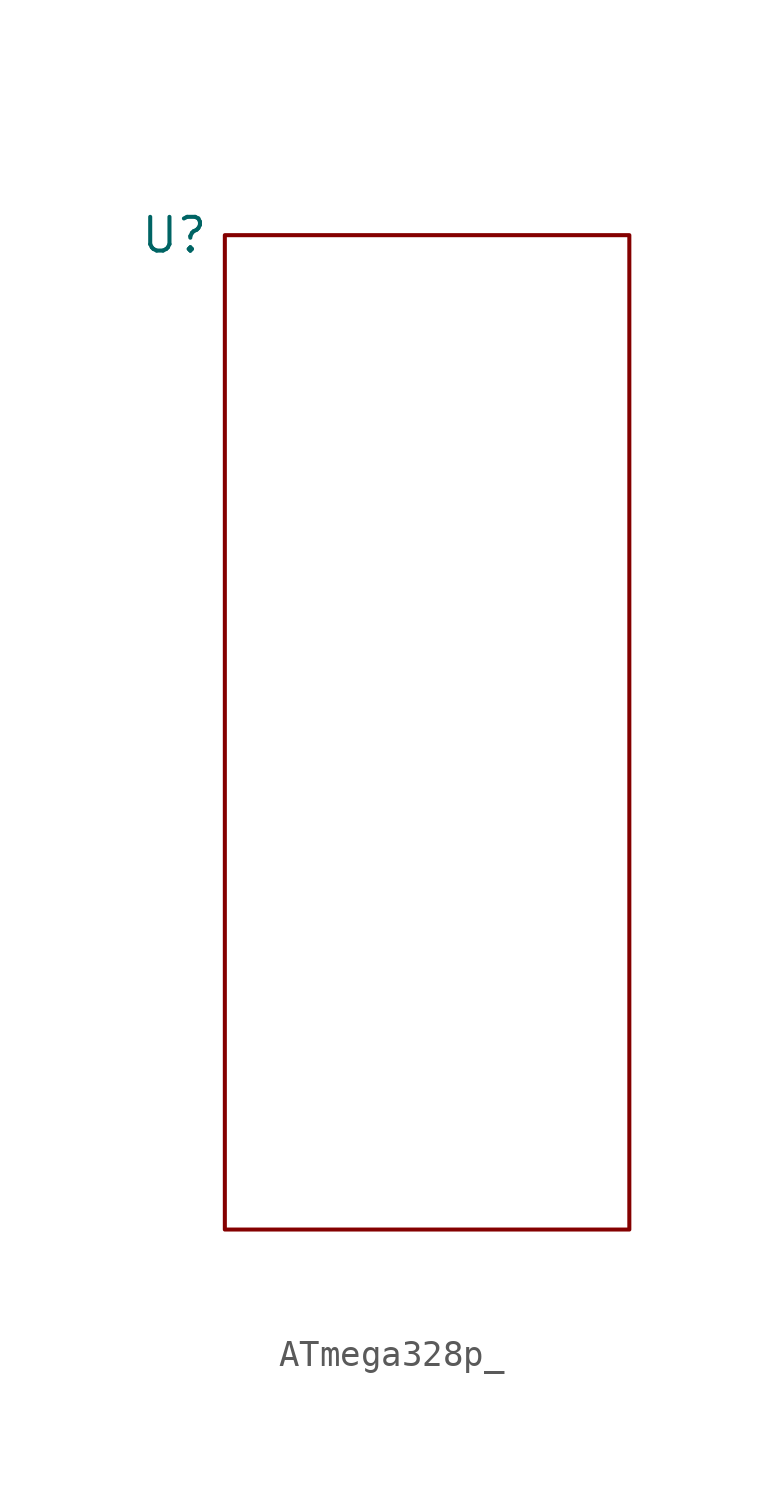
<source format=kicad_sym>
(kicad_symbol_lib
  (version 20220914)
  (generator kicad_symbol_editor)
  (symbol "ATmega328p_"
    (property "Reference" "U"
      (at 0 0 0)
      (effects (font (size 1.27 1.27))))
    (property "Value" ""
      (at 0 0 0)
      (effects (font (size 1.27 1.27))))
    (symbol "ATmega328p__0_1"
      (rectangle (start 1.905 0) (end 17.145 -37.465) (stroke (width 0) (type default)) (fill (type none))))))
</source>
